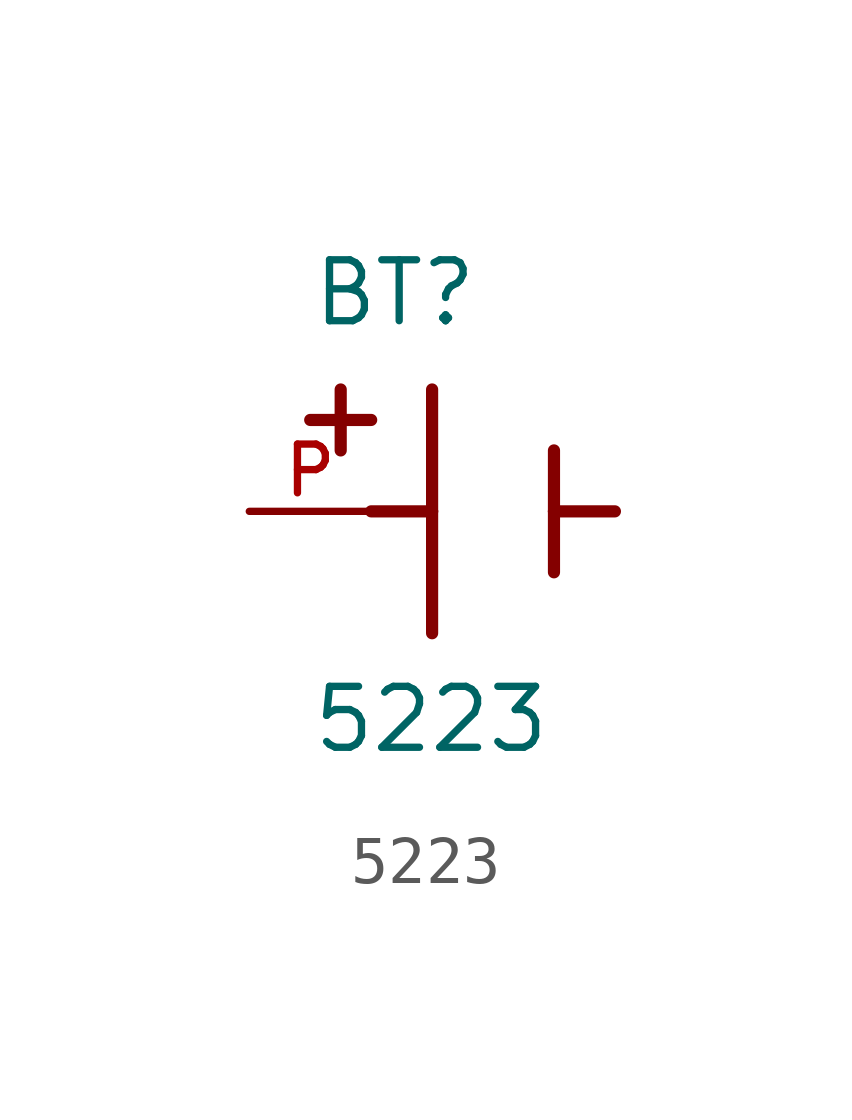
<source format=kicad_sym>
(kicad_symbol_lib
  (version 20211014)
  (generator kicad_symbol_editor)
  (symbol "5223"
    (pin_names
      (offset 1.016))
    (property "Reference" "BT"
      (at -3.81 3.81 0)
      (effects (font (size 1.27 1.27)) (justify bottom left)))
    (property "Value" "5223"
      (at -3.81 -5.08 0)
      (effects (font (size 1.27 1.27)) (justify bottom left)))
    (symbol "5223_0_0"
      (polyline (pts (xy -1.27 2.54) (xy -1.27 0.0)) (stroke (width 0.254)))
      (polyline (pts (xy -1.27 0.0) (xy -1.27 -2.54)) (stroke (width 0.254)))
      (polyline (pts (xy 1.27 1.27) (xy 1.27 0.0)) (stroke (width 0.254)))
      (polyline (pts (xy 1.27 0.0) (xy 1.27 -1.27)) (stroke (width 0.254)))
      (polyline (pts (xy -1.27 0.0) (xy -2.54 0.0)) (stroke (width 0.254)))
      (polyline (pts (xy 1.27 0.0) (xy 2.54 0.0)) (stroke (width 0.254)))
      (polyline (pts (xy -3.175 2.54) (xy -3.175 1.27)) (stroke (width 0.254)))
      (polyline (pts (xy -3.81 1.905) (xy -2.54 1.905)) (stroke (width 0.254)))
      (pin passive line (at -5.08 0.0 0) (length 2.54) (name "~" (effects (font (size 1.016 1.016)))) (number "P" (effects (font (size 1.016 1.016))))))))
</source>
